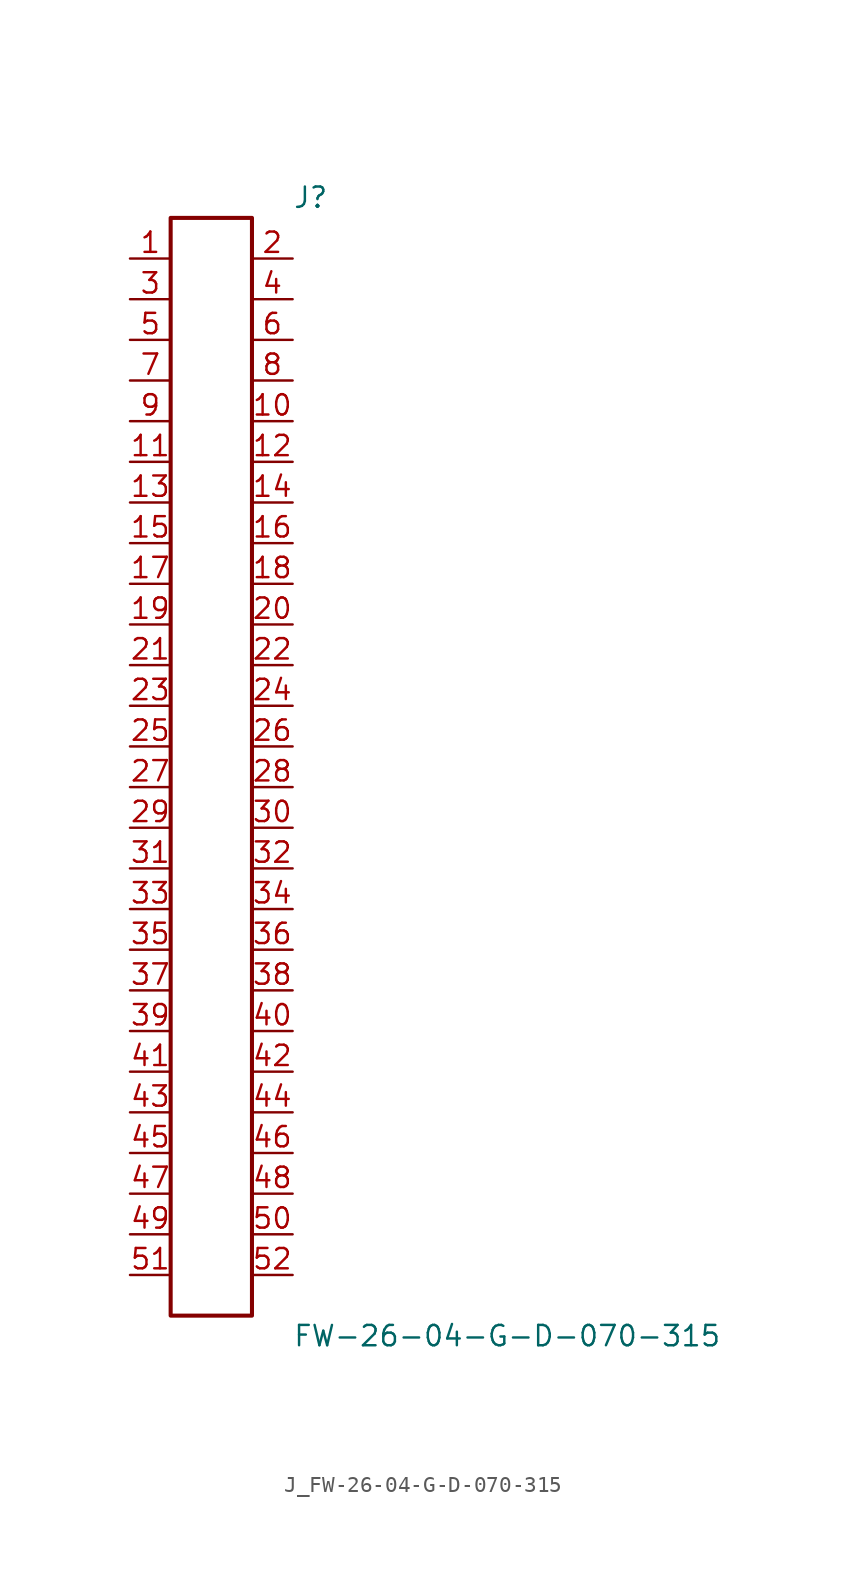
<source format=kicad_sym>
(kicad_symbol_lib
  (version 20231120)
  (generator kicad_symbol_editor)
  (generator_version 8.0)
  (symbol "J_FW-26-04-G-D-070-315"
    (pin_names
      (offset 0.254))
    (property "Reference" "J"
      (at 5.08 35.56 0)
      (effects (font (size 1.27 1.27)) (justify left)))
    (property "Value" "FW-26-04-G-D-070-315"
      (at 5.08 -35.56 0)
      (effects (font (size 1.27 1.27)) (justify left)))
    (symbol "J_FW-26-04-G-D-070-315_0_0"
      (pin passive line (at -5.08 31.75 0) (length 2.54) (name "" (effects (font (size 1.27 1.27)))) (number "1" (effects (font (size 1.27 1.27)))))
      (pin passive line (at 5.08 31.75 180) (length 2.54) (name "" (effects (font (size 1.27 1.27)))) (number "2" (effects (font (size 1.27 1.27)))))
      (pin passive line (at -5.08 29.21 0) (length 2.54) (name "" (effects (font (size 1.27 1.27)))) (number "3" (effects (font (size 1.27 1.27)))))
      (pin passive line (at 5.08 29.21 180) (length 2.54) (name "" (effects (font (size 1.27 1.27)))) (number "4" (effects (font (size 1.27 1.27)))))
      (pin passive line (at -5.08 26.67 0) (length 2.54) (name "" (effects (font (size 1.27 1.27)))) (number "5" (effects (font (size 1.27 1.27)))))
      (pin passive line (at 5.08 26.67 180) (length 2.54) (name "" (effects (font (size 1.27 1.27)))) (number "6" (effects (font (size 1.27 1.27)))))
      (pin passive line (at -5.08 24.13 0) (length 2.54) (name "" (effects (font (size 1.27 1.27)))) (number "7" (effects (font (size 1.27 1.27)))))
      (pin passive line (at 5.08 24.13 180) (length 2.54) (name "" (effects (font (size 1.27 1.27)))) (number "8" (effects (font (size 1.27 1.27)))))
      (pin passive line (at -5.08 21.59 0) (length 2.54) (name "" (effects (font (size 1.27 1.27)))) (number "9" (effects (font (size 1.27 1.27)))))
      (pin passive line (at 5.08 21.59 180) (length 2.54) (name "" (effects (font (size 1.27 1.27)))) (number "10" (effects (font (size 1.27 1.27)))))
      (pin passive line (at -5.08 19.05 0) (length 2.54) (name "" (effects (font (size 1.27 1.27)))) (number "11" (effects (font (size 1.27 1.27)))))
      (pin passive line (at 5.08 19.05 180) (length 2.54) (name "" (effects (font (size 1.27 1.27)))) (number "12" (effects (font (size 1.27 1.27)))))
      (pin passive line (at -5.08 16.51 0) (length 2.54) (name "" (effects (font (size 1.27 1.27)))) (number "13" (effects (font (size 1.27 1.27)))))
      (pin passive line (at 5.08 16.51 180) (length 2.54) (name "" (effects (font (size 1.27 1.27)))) (number "14" (effects (font (size 1.27 1.27)))))
      (pin passive line (at -5.08 13.97 0) (length 2.54) (name "" (effects (font (size 1.27 1.27)))) (number "15" (effects (font (size 1.27 1.27)))))
      (pin passive line (at 5.08 13.97 180) (length 2.54) (name "" (effects (font (size 1.27 1.27)))) (number "16" (effects (font (size 1.27 1.27)))))
      (pin passive line (at -5.08 11.43 0) (length 2.54) (name "" (effects (font (size 1.27 1.27)))) (number "17" (effects (font (size 1.27 1.27)))))
      (pin passive line (at 5.08 11.43 180) (length 2.54) (name "" (effects (font (size 1.27 1.27)))) (number "18" (effects (font (size 1.27 1.27)))))
      (pin passive line (at -5.08 8.89 0) (length 2.54) (name "" (effects (font (size 1.27 1.27)))) (number "19" (effects (font (size 1.27 1.27)))))
      (pin passive line (at 5.08 8.89 180) (length 2.54) (name "" (effects (font (size 1.27 1.27)))) (number "20" (effects (font (size 1.27 1.27)))))
      (pin passive line (at -5.08 6.35 0) (length 2.54) (name "" (effects (font (size 1.27 1.27)))) (number "21" (effects (font (size 1.27 1.27)))))
      (pin passive line (at 5.08 6.35 180) (length 2.54) (name "" (effects (font (size 1.27 1.27)))) (number "22" (effects (font (size 1.27 1.27)))))
      (pin passive line (at -5.08 3.81 0) (length 2.54) (name "" (effects (font (size 1.27 1.27)))) (number "23" (effects (font (size 1.27 1.27)))))
      (pin passive line (at 5.08 3.81 180) (length 2.54) (name "" (effects (font (size 1.27 1.27)))) (number "24" (effects (font (size 1.27 1.27)))))
      (pin passive line (at -5.08 1.27 0) (length 2.54) (name "" (effects (font (size 1.27 1.27)))) (number "25" (effects (font (size 1.27 1.27)))))
      (pin passive line (at 5.08 1.27 180) (length 2.54) (name "" (effects (font (size 1.27 1.27)))) (number "26" (effects (font (size 1.27 1.27)))))
      (pin passive line (at -5.08 -1.27 0) (length 2.54) (name "" (effects (font (size 1.27 1.27)))) (number "27" (effects (font (size 1.27 1.27)))))
      (pin passive line (at 5.08 -1.27 180) (length 2.54) (name "" (effects (font (size 1.27 1.27)))) (number "28" (effects (font (size 1.27 1.27)))))
      (pin passive line (at -5.08 -3.81 0) (length 2.54) (name "" (effects (font (size 1.27 1.27)))) (number "29" (effects (font (size 1.27 1.27)))))
      (pin passive line (at 5.08 -3.81 180) (length 2.54) (name "" (effects (font (size 1.27 1.27)))) (number "30" (effects (font (size 1.27 1.27)))))
      (pin passive line (at -5.08 -6.35 0) (length 2.54) (name "" (effects (font (size 1.27 1.27)))) (number "31" (effects (font (size 1.27 1.27)))))
      (pin passive line (at 5.08 -6.35 180) (length 2.54) (name "" (effects (font (size 1.27 1.27)))) (number "32" (effects (font (size 1.27 1.27)))))
      (pin passive line (at -5.08 -8.89 0) (length 2.54) (name "" (effects (font (size 1.27 1.27)))) (number "33" (effects (font (size 1.27 1.27)))))
      (pin passive line (at 5.08 -8.89 180) (length 2.54) (name "" (effects (font (size 1.27 1.27)))) (number "34" (effects (font (size 1.27 1.27)))))
      (pin passive line (at -5.08 -11.43 0) (length 2.54) (name "" (effects (font (size 1.27 1.27)))) (number "35" (effects (font (size 1.27 1.27)))))
      (pin passive line (at 5.08 -11.43 180) (length 2.54) (name "" (effects (font (size 1.27 1.27)))) (number "36" (effects (font (size 1.27 1.27)))))
      (pin passive line (at -5.08 -13.97 0) (length 2.54) (name "" (effects (font (size 1.27 1.27)))) (number "37" (effects (font (size 1.27 1.27)))))
      (pin passive line (at 5.08 -13.97 180) (length 2.54) (name "" (effects (font (size 1.27 1.27)))) (number "38" (effects (font (size 1.27 1.27)))))
      (pin passive line (at -5.08 -16.51 0) (length 2.54) (name "" (effects (font (size 1.27 1.27)))) (number "39" (effects (font (size 1.27 1.27)))))
      (pin passive line (at 5.08 -16.51 180) (length 2.54) (name "" (effects (font (size 1.27 1.27)))) (number "40" (effects (font (size 1.27 1.27)))))
      (pin passive line (at -5.08 -19.05 0) (length 2.54) (name "" (effects (font (size 1.27 1.27)))) (number "41" (effects (font (size 1.27 1.27)))))
      (pin passive line (at 5.08 -19.05 180) (length 2.54) (name "" (effects (font (size 1.27 1.27)))) (number "42" (effects (font (size 1.27 1.27)))))
      (pin passive line (at -5.08 -21.59 0) (length 2.54) (name "" (effects (font (size 1.27 1.27)))) (number "43" (effects (font (size 1.27 1.27)))))
      (pin passive line (at 5.08 -21.59 180) (length 2.54) (name "" (effects (font (size 1.27 1.27)))) (number "44" (effects (font (size 1.27 1.27)))))
      (pin passive line (at -5.08 -24.13 0) (length 2.54) (name "" (effects (font (size 1.27 1.27)))) (number "45" (effects (font (size 1.27 1.27)))))
      (pin passive line (at 5.08 -24.13 180) (length 2.54) (name "" (effects (font (size 1.27 1.27)))) (number "46" (effects (font (size 1.27 1.27)))))
      (pin passive line (at -5.08 -26.67 0) (length 2.54) (name "" (effects (font (size 1.27 1.27)))) (number "47" (effects (font (size 1.27 1.27)))))
      (pin passive line (at 5.08 -26.67 180) (length 2.54) (name "" (effects (font (size 1.27 1.27)))) (number "48" (effects (font (size 1.27 1.27)))))
      (pin passive line (at -5.08 -29.21 0) (length 2.54) (name "" (effects (font (size 1.27 1.27)))) (number "49" (effects (font (size 1.27 1.27)))))
      (pin passive line (at 5.08 -29.21 180) (length 2.54) (name "" (effects (font (size 1.27 1.27)))) (number "50" (effects (font (size 1.27 1.27)))))
      (pin passive line (at -5.08 -31.75 0) (length 2.54) (name "" (effects (font (size 1.27 1.27)))) (number "51" (effects (font (size 1.27 1.27)))))
      (pin passive line (at 5.08 -31.75 180) (length 2.54) (name "" (effects (font (size 1.27 1.27)))) (number "52" (effects (font (size 1.27 1.27))))))
    (symbol "J_FW-26-04-G-D-070-315_1_0"
      (rectangle (start -2.54 34.29) (end 2.54 -34.29) (stroke (width 0.254) (type solid)) (fill (type none))))))
</source>
